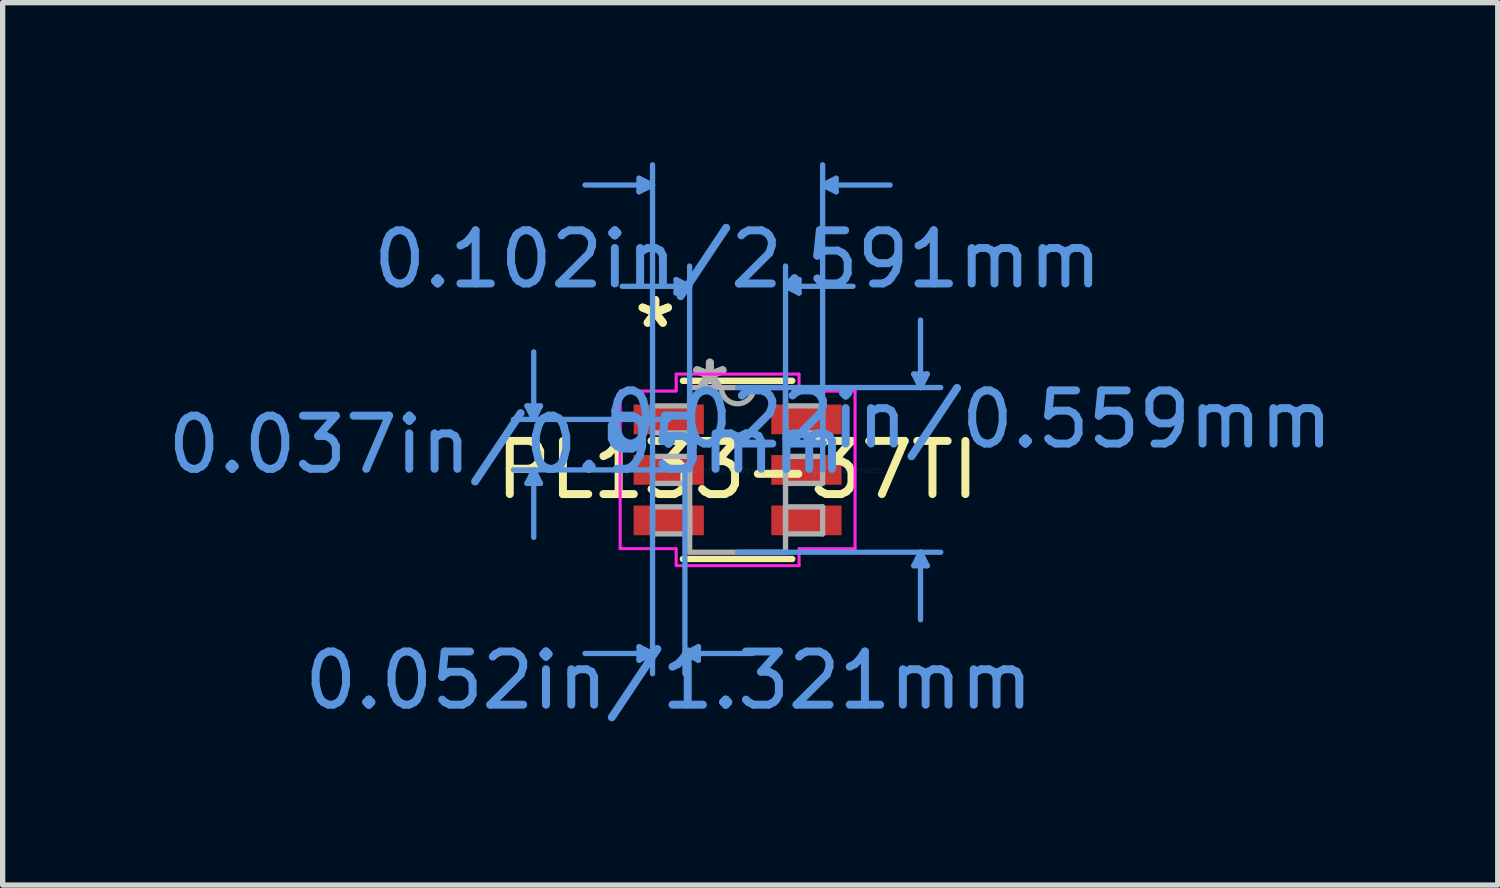
<source format=kicad_pcb>
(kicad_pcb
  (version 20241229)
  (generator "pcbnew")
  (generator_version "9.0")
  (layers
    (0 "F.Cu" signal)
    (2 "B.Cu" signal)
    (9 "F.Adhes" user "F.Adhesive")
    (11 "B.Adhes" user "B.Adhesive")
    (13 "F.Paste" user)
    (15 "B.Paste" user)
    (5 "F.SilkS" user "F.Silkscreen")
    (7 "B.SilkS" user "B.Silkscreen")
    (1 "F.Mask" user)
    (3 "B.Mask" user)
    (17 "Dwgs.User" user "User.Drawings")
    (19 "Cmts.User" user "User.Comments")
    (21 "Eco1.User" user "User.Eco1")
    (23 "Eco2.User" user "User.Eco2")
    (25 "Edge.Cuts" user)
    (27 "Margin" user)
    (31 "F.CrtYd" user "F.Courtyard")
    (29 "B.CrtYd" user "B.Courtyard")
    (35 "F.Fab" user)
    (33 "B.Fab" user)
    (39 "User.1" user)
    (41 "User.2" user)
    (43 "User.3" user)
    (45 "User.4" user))
  (footprint "PL133-37TI"
    (layer "F.Cu")
    (at 10.826 5.79)
    (property "Reference" "PL133-37TI" (at 0 0 0) (layer "F.SilkS") (effects (font (size 1 1) (thickness 0.15))))
    (attr through_hole)
    (fp_line (start -1.029 1.676) (end 1.029 1.676) (stroke (width 0.12) (type solid)) (layer "F.SilkS"))
    (fp_line (start 1.029 -1.676) (end -1.029 -1.676) (stroke (width 0.12) (type solid)) (layer "F.SilkS"))
    (fp_line (start -3.962 -1.204) (end -3.708 -1.204) (stroke (width 0.1) (type solid)) (layer "Cmts.User"))
    (fp_line (start -3.962 0.254) (end -3.708 0.254) (stroke (width 0.1) (type solid)) (layer "Cmts.User"))
    (fp_line (start -3.835 -0.95) (end -3.962 -1.204) (stroke (width 0.1) (type solid)) (layer "Cmts.User"))
    (fp_line (start -3.835 -0.95) (end -3.835 -2.22) (stroke (width 0.1) (type solid)) (layer "Cmts.User"))
    (fp_line (start -3.835 -0.95) (end -3.708 -1.204) (stroke (width 0.1) (type solid)) (layer "Cmts.User"))
    (fp_line (start -3.835 0) (end -3.962 0.254) (stroke (width 0.1) (type solid)) (layer "Cmts.User"))
    (fp_line (start -3.835 0) (end -3.835 1.27) (stroke (width 0.1) (type solid)) (layer "Cmts.User"))
    (fp_line (start -3.835 0) (end -3.708 0.254) (stroke (width 0.1) (type solid)) (layer "Cmts.User"))
    (fp_line (start -1.854 -5.486) (end -1.854 -5.232) (stroke (width 0.1) (type solid)) (layer "Cmts.User"))
    (fp_line (start -1.854 3.327) (end -1.854 3.581) (stroke (width 0.1) (type solid)) (layer "Cmts.User"))
    (fp_line (start -1.6 -5.359) (end -2.87 -5.359) (stroke (width 0.1) (type solid)) (layer "Cmts.User"))
    (fp_line (start -1.6 -5.359) (end -1.854 -5.486) (stroke (width 0.1) (type solid)) (layer "Cmts.User"))
    (fp_line (start -1.6 -5.359) (end -1.854 -5.232) (stroke (width 0.1) (type solid)) (layer "Cmts.User"))
    (fp_line (start -1.6 0) (end -1.6 -5.74) (stroke (width 0.1) (type solid)) (layer "Cmts.User"))
    (fp_line (start -1.6 0) (end -1.6 3.835) (stroke (width 0.1) (type solid)) (layer "Cmts.User"))
    (fp_line (start -1.6 3.454) (end -2.87 3.454) (stroke (width 0.1) (type solid)) (layer "Cmts.User"))
    (fp_line (start -1.6 3.454) (end -1.854 3.327) (stroke (width 0.1) (type solid)) (layer "Cmts.User"))
    (fp_line (start -1.6 3.454) (end -1.854 3.581) (stroke (width 0.1) (type solid)) (layer "Cmts.User"))
    (fp_line (start -1.295 -0.95) (end -4.216 -0.95) (stroke (width 0.1) (type solid)) (layer "Cmts.User"))
    (fp_line (start -1.295 0) (end -4.216 0) (stroke (width 0.1) (type solid)) (layer "Cmts.User"))
    (fp_line (start -1.156 -3.581) (end -1.156 -3.327) (stroke (width 0.1) (type solid)) (layer "Cmts.User"))
    (fp_line (start -0.991 0) (end -0.991 3.835) (stroke (width 0.1) (type solid)) (layer "Cmts.User"))
    (fp_line (start -0.991 3.454) (end -0.737 3.327) (stroke (width 0.1) (type solid)) (layer "Cmts.User"))
    (fp_line (start -0.991 3.454) (end -0.737 3.581) (stroke (width 0.1) (type solid)) (layer "Cmts.User"))
    (fp_line (start -0.991 3.454) (end 0.279 3.454) (stroke (width 0.1) (type solid)) (layer "Cmts.User"))
    (fp_line (start -0.902 -3.454) (end -2.172 -3.454) (stroke (width 0.1) (type solid)) (layer "Cmts.User"))
    (fp_line (start -0.902 -3.454) (end -1.156 -3.581) (stroke (width 0.1) (type solid)) (layer "Cmts.User"))
    (fp_line (start -0.902 -3.454) (end -1.156 -3.327) (stroke (width 0.1) (type solid)) (layer "Cmts.User"))
    (fp_line (start -0.902 0) (end -0.902 -3.835) (stroke (width 0.1) (type solid)) (layer "Cmts.User"))
    (fp_line (start -0.737 3.327) (end -0.737 3.581) (stroke (width 0.1) (type solid)) (layer "Cmts.User"))
    (fp_line (start 0 -1.549) (end 3.823 -1.549) (stroke (width 0.1) (type solid)) (layer "Cmts.User"))
    (fp_line (start 0 1.549) (end 3.823 1.549) (stroke (width 0.1) (type solid)) (layer "Cmts.User"))
    (fp_line (start 0.902 -3.454) (end 1.156 -3.581) (stroke (width 0.1) (type solid)) (layer "Cmts.User"))
    (fp_line (start 0.902 -3.454) (end 1.156 -3.327) (stroke (width 0.1) (type solid)) (layer "Cmts.User"))
    (fp_line (start 0.902 -3.454) (end 2.172 -3.454) (stroke (width 0.1) (type solid)) (layer "Cmts.User"))
    (fp_line (start 0.902 0) (end 0.902 -3.835) (stroke (width 0.1) (type solid)) (layer "Cmts.User"))
    (fp_line (start 1.156 -3.581) (end 1.156 -3.327) (stroke (width 0.1) (type solid)) (layer "Cmts.User"))
    (fp_line (start 1.6 -5.359) (end 1.854 -5.486) (stroke (width 0.1) (type solid)) (layer "Cmts.User"))
    (fp_line (start 1.6 -5.359) (end 1.854 -5.232) (stroke (width 0.1) (type solid)) (layer "Cmts.User"))
    (fp_line (start 1.6 -5.359) (end 2.87 -5.359) (stroke (width 0.1) (type solid)) (layer "Cmts.User"))
    (fp_line (start 1.6 0) (end 1.6 -5.74) (stroke (width 0.1) (type solid)) (layer "Cmts.User"))
    (fp_line (start 1.854 -5.486) (end 1.854 -5.232) (stroke (width 0.1) (type solid)) (layer "Cmts.User"))
    (fp_line (start 3.315 -1.803) (end 3.569 -1.803) (stroke (width 0.1) (type solid)) (layer "Cmts.User"))
    (fp_line (start 3.315 1.803) (end 3.569 1.803) (stroke (width 0.1) (type solid)) (layer "Cmts.User"))
    (fp_line (start 3.442 -1.549) (end 3.315 -1.803) (stroke (width 0.1) (type solid)) (layer "Cmts.User"))
    (fp_line (start 3.442 -1.549) (end 3.442 -2.819) (stroke (width 0.1) (type solid)) (layer "Cmts.User"))
    (fp_line (start 3.442 -1.549) (end 3.569 -1.803) (stroke (width 0.1) (type solid)) (layer "Cmts.User"))
    (fp_line (start 3.442 1.549) (end 3.315 1.803) (stroke (width 0.1) (type solid)) (layer "Cmts.User"))
    (fp_line (start 3.442 1.549) (end 3.442 2.819) (stroke (width 0.1) (type solid)) (layer "Cmts.User"))
    (fp_line (start 3.442 1.549) (end 3.569 1.803) (stroke (width 0.1) (type solid)) (layer "Cmts.User"))
    (fp_line (start -2.21 -1.483) (end -1.156 -1.483) (stroke (width 0.05) (type solid)) (layer "F.CrtYd"))
    (fp_line (start -2.21 -1.483) (end -1.156 -1.483) (stroke (width 0.05) (type solid)) (layer "F.CrtYd"))
    (fp_line (start -2.21 1.483) (end -2.21 -1.483) (stroke (width 0.05) (type solid)) (layer "F.CrtYd"))
    (fp_line (start -2.21 1.483) (end -2.21 -1.483) (stroke (width 0.05) (type solid)) (layer "F.CrtYd"))
    (fp_line (start -2.21 1.483) (end -1.156 1.483) (stroke (width 0.05) (type solid)) (layer "F.CrtYd"))
    (fp_line (start -1.156 -1.803) (end 1.156 -1.803) (stroke (width 0.05) (type solid)) (layer "F.CrtYd"))
    (fp_line (start -1.156 -1.803) (end 1.156 -1.803) (stroke (width 0.05) (type solid)) (layer "F.CrtYd"))
    (fp_line (start -1.156 -1.483) (end -1.156 -1.803) (stroke (width 0.05) (type solid)) (layer "F.CrtYd"))
    (fp_line (start -1.156 -1.483) (end -1.156 -1.803) (stroke (width 0.05) (type solid)) (layer "F.CrtYd"))
    (fp_line (start -1.156 1.483) (end -2.21 1.483) (stroke (width 0.05) (type solid)) (layer "F.CrtYd"))
    (fp_line (start -1.156 1.803) (end -1.156 1.483) (stroke (width 0.05) (type solid)) (layer "F.CrtYd"))
    (fp_line (start -1.156 1.803) (end -1.156 1.483) (stroke (width 0.05) (type solid)) (layer "F.CrtYd"))
    (fp_line (start 1.156 -1.803) (end 1.156 -1.483) (stroke (width 0.05) (type solid)) (layer "F.CrtYd"))
    (fp_line (start 1.156 -1.803) (end 1.156 -1.483) (stroke (width 0.05) (type solid)) (layer "F.CrtYd"))
    (fp_line (start 1.156 -1.483) (end 2.21 -1.483) (stroke (width 0.05) (type solid)) (layer "F.CrtYd"))
    (fp_line (start 1.156 1.483) (end 1.156 1.803) (stroke (width 0.05) (type solid)) (layer "F.CrtYd"))
    (fp_line (start 1.156 1.483) (end 1.156 1.803) (stroke (width 0.05) (type solid)) (layer "F.CrtYd"))
    (fp_line (start 1.156 1.803) (end -1.156 1.803) (stroke (width 0.05) (type solid)) (layer "F.CrtYd"))
    (fp_line (start 1.156 1.803) (end -1.156 1.803) (stroke (width 0.05) (type solid)) (layer "F.CrtYd"))
    (fp_line (start 2.21 -1.483) (end 1.156 -1.483) (stroke (width 0.05) (type solid)) (layer "F.CrtYd"))
    (fp_line (start 2.21 -1.483) (end 2.21 1.483) (stroke (width 0.05) (type solid)) (layer "F.CrtYd"))
    (fp_line (start 2.21 -1.483) (end 2.21 1.483) (stroke (width 0.05) (type solid)) (layer "F.CrtYd"))
    (fp_line (start 2.21 1.483) (end 1.156 1.483) (stroke (width 0.05) (type solid)) (layer "F.CrtYd"))
    (fp_line (start 2.21 1.483) (end 1.156 1.483) (stroke (width 0.05) (type solid)) (layer "F.CrtYd"))
    (fp_line (start -1.6 -1.204) (end -1.6 -0.696) (stroke (width 0.1) (type solid)) (layer "F.Fab"))
    (fp_line (start -1.6 -0.696) (end -0.902 -0.696) (stroke (width 0.1) (type solid)) (layer "F.Fab"))
    (fp_line (start -1.6 -0.254) (end -1.6 0.254) (stroke (width 0.1) (type solid)) (layer "F.Fab"))
    (fp_line (start -1.6 0.254) (end -0.902 0.254) (stroke (width 0.1) (type solid)) (layer "F.Fab"))
    (fp_line (start -1.6 0.696) (end -1.6 1.204) (stroke (width 0.1) (type solid)) (layer "F.Fab"))
    (fp_line (start -1.6 1.204) (end -0.902 1.204) (stroke (width 0.1) (type solid)) (layer "F.Fab"))
    (fp_line (start -0.902 -1.549) (end -0.902 1.549) (stroke (width 0.1) (type solid)) (layer "F.Fab"))
    (fp_line (start -0.902 -1.204) (end -1.6 -1.204) (stroke (width 0.1) (type solid)) (layer "F.Fab"))
    (fp_line (start -0.902 -0.696) (end -0.902 -1.204) (stroke (width 0.1) (type solid)) (layer "F.Fab"))
    (fp_line (start -0.902 -0.254) (end -1.6 -0.254) (stroke (width 0.1) (type solid)) (layer "F.Fab"))
    (fp_line (start -0.902 0.254) (end -0.902 -0.254) (stroke (width 0.1) (type solid)) (layer "F.Fab"))
    (fp_line (start -0.902 0.696) (end -1.6 0.696) (stroke (width 0.1) (type solid)) (layer "F.Fab"))
    (fp_line (start -0.902 1.204) (end -0.902 0.696) (stroke (width 0.1) (type solid)) (layer "F.Fab"))
    (fp_line (start -0.902 1.549) (end 0.902 1.549) (stroke (width 0.1) (type solid)) (layer "F.Fab"))
    (fp_line (start 0.902 -1.549) (end -0.902 -1.549) (stroke (width 0.1) (type solid)) (layer "F.Fab"))
    (fp_line (start 0.902 -1.204) (end 0.902 -0.696) (stroke (width 0.1) (type solid)) (layer "F.Fab"))
    (fp_line (start 0.902 -0.696) (end 1.6 -0.696) (stroke (width 0.1) (type solid)) (layer "F.Fab"))
    (fp_line (start 0.902 -0.254) (end 0.902 0.254) (stroke (width 0.1) (type solid)) (layer "F.Fab"))
    (fp_line (start 0.902 0.254) (end 1.6 0.254) (stroke (width 0.1) (type solid)) (layer "F.Fab"))
    (fp_line (start 0.902 0.696) (end 0.902 1.204) (stroke (width 0.1) (type solid)) (layer "F.Fab"))
    (fp_line (start 0.902 1.204) (end 1.6 1.204) (stroke (width 0.1) (type solid)) (layer "F.Fab"))
    (fp_line (start 0.902 1.549) (end 0.902 -1.549) (stroke (width 0.1) (type solid)) (layer "F.Fab"))
    (fp_line (start 1.6 -1.204) (end 0.902 -1.204) (stroke (width 0.1) (type solid)) (layer "F.Fab"))
    (fp_line (start 1.6 -0.696) (end 1.6 -1.204) (stroke (width 0.1) (type solid)) (layer "F.Fab"))
    (fp_line (start 1.6 -0.254) (end 0.902 -0.254) (stroke (width 0.1) (type solid)) (layer "F.Fab"))
    (fp_line (start 1.6 0.254) (end 1.6 -0.254) (stroke (width 0.1) (type solid)) (layer "F.Fab"))
    (fp_line (start 1.6 0.696) (end 0.902 0.696) (stroke (width 0.1) (type solid)) (layer "F.Fab"))
    (fp_line (start 1.6 1.204) (end 1.6 0.696) (stroke (width 0.1) (type solid)) (layer "F.Fab"))
    (fp_arc (start 0.3048 -1.5494) (mid 0 -1.2446) (end -0.3048 -1.5494) (stroke (width 0.1) (type solid)) (layer "F.Fab"))
    (fp_text user "*" (at -1.549 -2.652 0) (layer "F.SilkS") (effects (font (size 1 1) (thickness 0.15))))
    (fp_text user "*" (at -1.549 -2.652 0) (layer "F.SilkS") (effects (font (size 1 1) (thickness 0.15))))
    (fp_text user "0.022in/0.559mm" (at 4.343 -0.95 0) (layer "Cmts.User") (effects (font (size 1 1) (thickness 0.15))))
    (fp_text user "0.102in/2.591mm" (at 0 -3.962 0) (layer "Cmts.User") (effects (font (size 1 1) (thickness 0.15))))
    (fp_text user "Copyright 2021 Accelerated Designs. All rights reserved." (at 0 0 0) (layer "Cmts.User") (effects (font (size 0.127 0.127) (thickness 0.002))))
    (fp_text user "0.052in/1.321mm" (at -1.295 3.962 0) (layer "Cmts.User") (effects (font (size 1 1) (thickness 0.15))))
    (fp_text user "0.037in/0.95mm" (at -4.343 -0.475 0) (layer "Cmts.User") (effects (font (size 1 1) (thickness 0.15))))
    (fp_text user "*" (at -0.521 -1.473 0) (layer "F.Fab") (effects (font (size 1 1) (thickness 0.15))))
    (fp_text user "*" (at -0.521 -1.473 0) (layer "F.Fab") (effects (font (size 1 1) (thickness 0.15))))
    (pad "1" smd rect (at -1.295 -0.95) (size 1.321 0.559) (layers "F.Cu" "F.Mask" "F.Paste"))
    (pad "2" smd rect (at -1.295 0) (size 1.321 0.559) (layers "F.Cu" "F.Mask" "F.Paste"))
    (pad "3" smd rect (at -1.295 0.95) (size 1.321 0.559) (layers "F.Cu" "F.Mask" "F.Paste"))
    (pad "4" smd rect (at 1.295 0.95) (size 1.321 0.559) (layers "F.Cu" "F.Mask" "F.Paste"))
    (pad "5" smd rect (at 1.295 0) (size 1.321 0.559) (layers "F.Cu" "F.Mask" "F.Paste"))
    (pad "6" smd rect (at 1.295 -0.95) (size 1.321 0.559) (layers "F.Cu" "F.Mask" "F.Paste")))
  (gr_rect
    (start -3 -3)
    (end 25.127 13.601)
    (stroke (width 0.1) (type default))
    (fill no)
    (layer "Edge.Cuts")))
</source>
